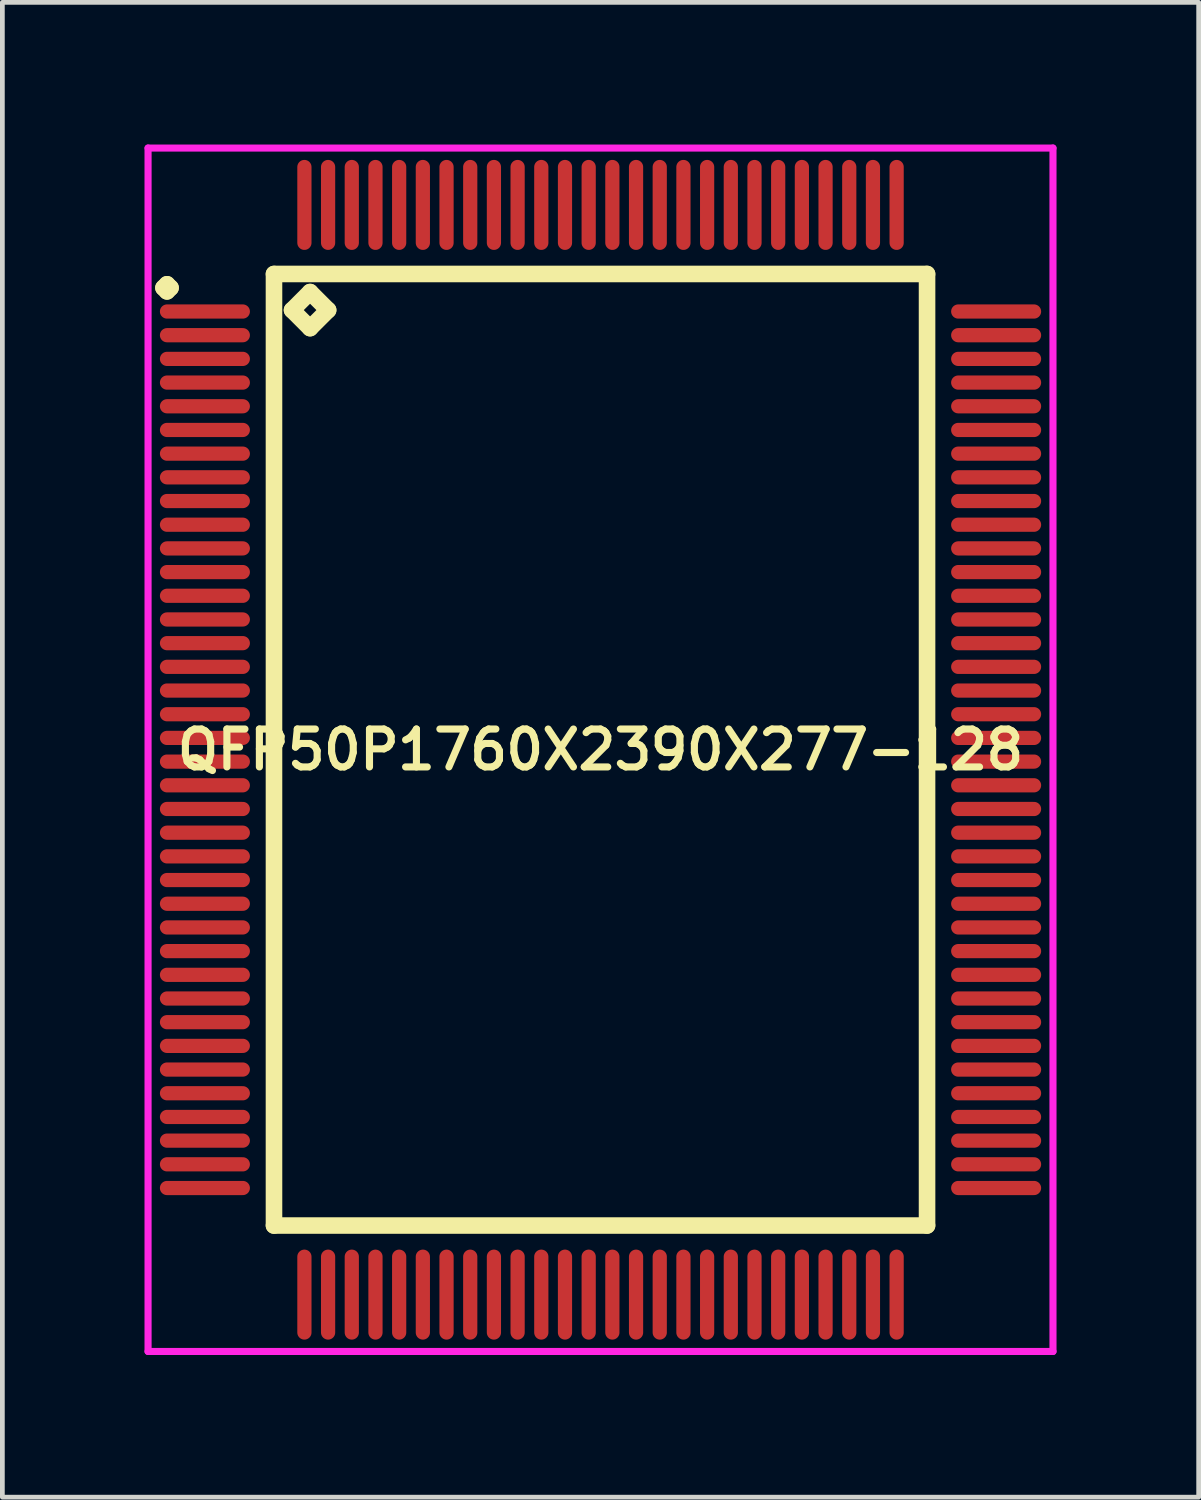
<source format=kicad_pcb>
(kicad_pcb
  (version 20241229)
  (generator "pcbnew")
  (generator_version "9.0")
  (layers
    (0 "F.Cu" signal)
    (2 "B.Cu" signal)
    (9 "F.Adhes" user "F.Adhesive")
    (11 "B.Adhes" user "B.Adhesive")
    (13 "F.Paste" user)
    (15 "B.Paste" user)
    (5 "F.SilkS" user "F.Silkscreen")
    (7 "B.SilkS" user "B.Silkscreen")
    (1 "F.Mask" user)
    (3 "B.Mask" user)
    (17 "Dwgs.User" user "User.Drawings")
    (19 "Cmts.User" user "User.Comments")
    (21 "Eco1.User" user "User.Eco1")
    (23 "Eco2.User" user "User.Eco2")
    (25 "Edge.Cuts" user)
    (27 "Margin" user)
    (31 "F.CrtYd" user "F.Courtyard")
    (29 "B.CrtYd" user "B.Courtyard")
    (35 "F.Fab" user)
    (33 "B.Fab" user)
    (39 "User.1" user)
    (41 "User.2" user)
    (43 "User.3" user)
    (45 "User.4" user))
  (footprint "QFP50P1760X2390X277-128"
    (layer "F.Cu")
    (at 9.625 12.775)
    (property "Reference" "QFP50P1760X2390X277-128" (at 0 0 0) (layer "F.SilkS") (effects (font (size 0.8 0.8) (thickness 0.15))))
    (attr through_hole)
    (fp_line (start -9.225 -9.75) (end -9.15 -9.825) (stroke (width 0.35) (type solid)) (layer "F.SilkS"))
    (fp_line (start -9.15 -9.825) (end -9.075 -9.75) (stroke (width 0.35) (type solid)) (layer "F.SilkS"))
    (fp_line (start -9.15 -9.675) (end -9.225 -9.75) (stroke (width 0.35) (type solid)) (layer "F.SilkS"))
    (fp_line (start -9.075 -9.75) (end -9.15 -9.675) (stroke (width 0.35) (type solid)) (layer "F.SilkS"))
    (fp_line (start -6.892 -10.042) (end -6.892 10.042) (stroke (width 0.35) (type solid)) (layer "F.SilkS"))
    (fp_line (start -6.892 10.042) (end 6.892 10.042) (stroke (width 0.35) (type solid)) (layer "F.SilkS"))
    (fp_line (start -6.511 -9.28) (end -6.13 -9.661) (stroke (width 0.35) (type solid)) (layer "F.SilkS"))
    (fp_line (start -6.13 -9.661) (end -5.749 -9.28) (stroke (width 0.35) (type solid)) (layer "F.SilkS"))
    (fp_line (start -6.13 -8.899) (end -6.511 -9.28) (stroke (width 0.35) (type solid)) (layer "F.SilkS"))
    (fp_line (start -5.749 -9.28) (end -6.13 -8.899) (stroke (width 0.35) (type solid)) (layer "F.SilkS"))
    (fp_line (start 6.892 -10.042) (end -6.892 -10.042) (stroke (width 0.35) (type solid)) (layer "F.SilkS"))
    (fp_line (start 6.892 10.042) (end 6.892 -10.042) (stroke (width 0.35) (type solid)) (layer "F.SilkS"))
    (fp_line (start -9.55 -12.7) (end 9.55 -12.7) (stroke (width 0.15) (type solid)) (layer "F.CrtYd"))
    (fp_line (start -9.55 12.7) (end -9.55 -12.7) (stroke (width 0.15) (type solid)) (layer "F.CrtYd"))
    (fp_line (start 9.55 -12.7) (end 9.55 12.7) (stroke (width 0.15) (type solid)) (layer "F.CrtYd"))
    (fp_line (start 9.55 12.7) (end -9.55 12.7) (stroke (width 0.15) (type solid)) (layer "F.CrtYd"))
    (pad "1" smd oval (at -8.35 -9.25) (size 1.9 0.3) (layers "F.Cu" "F.Mask" "F.Paste"))
    (pad "2" smd oval (at -8.35 -8.75) (size 1.9 0.3) (layers "F.Cu" "F.Mask" "F.Paste"))
    (pad "3" smd oval (at -8.35 -8.25) (size 1.9 0.3) (layers "F.Cu" "F.Mask" "F.Paste"))
    (pad "4" smd oval (at -8.35 -7.75) (size 1.9 0.3) (layers "F.Cu" "F.Mask" "F.Paste"))
    (pad "5" smd oval (at -8.35 -7.25) (size 1.9 0.3) (layers "F.Cu" "F.Mask" "F.Paste"))
    (pad "6" smd oval (at -8.35 -6.75) (size 1.9 0.3) (layers "F.Cu" "F.Mask" "F.Paste"))
    (pad "7" smd oval (at -8.35 -6.25) (size 1.9 0.3) (layers "F.Cu" "F.Mask" "F.Paste"))
    (pad "8" smd oval (at -8.35 -5.75) (size 1.9 0.3) (layers "F.Cu" "F.Mask" "F.Paste"))
    (pad "9" smd oval (at -8.35 -5.25) (size 1.9 0.3) (layers "F.Cu" "F.Mask" "F.Paste"))
    (pad "10" smd oval (at -8.35 -4.75) (size 1.9 0.3) (layers "F.Cu" "F.Mask" "F.Paste"))
    (pad "11" smd oval (at -8.35 -4.25) (size 1.9 0.3) (layers "F.Cu" "F.Mask" "F.Paste"))
    (pad "12" smd oval (at -8.35 -3.75) (size 1.9 0.3) (layers "F.Cu" "F.Mask" "F.Paste"))
    (pad "13" smd oval (at -8.35 -3.25) (size 1.9 0.3) (layers "F.Cu" "F.Mask" "F.Paste"))
    (pad "14" smd oval (at -8.35 -2.75) (size 1.9 0.3) (layers "F.Cu" "F.Mask" "F.Paste"))
    (pad "15" smd oval (at -8.35 -2.25) (size 1.9 0.3) (layers "F.Cu" "F.Mask" "F.Paste"))
    (pad "16" smd oval (at -8.35 -1.75) (size 1.9 0.3) (layers "F.Cu" "F.Mask" "F.Paste"))
    (pad "17" smd oval (at -8.35 -1.25) (size 1.9 0.3) (layers "F.Cu" "F.Mask" "F.Paste"))
    (pad "18" smd oval (at -8.35 -0.75) (size 1.9 0.3) (layers "F.Cu" "F.Mask" "F.Paste"))
    (pad "19" smd oval (at -8.35 -0.25) (size 1.9 0.3) (layers "F.Cu" "F.Mask" "F.Paste"))
    (pad "20" smd oval (at -8.35 0.25) (size 1.9 0.3) (layers "F.Cu" "F.Mask" "F.Paste"))
    (pad "21" smd oval (at -8.35 0.75) (size 1.9 0.3) (layers "F.Cu" "F.Mask" "F.Paste"))
    (pad "22" smd oval (at -8.35 1.25) (size 1.9 0.3) (layers "F.Cu" "F.Mask" "F.Paste"))
    (pad "23" smd oval (at -8.35 1.75) (size 1.9 0.3) (layers "F.Cu" "F.Mask" "F.Paste"))
    (pad "24" smd oval (at -8.35 2.25) (size 1.9 0.3) (layers "F.Cu" "F.Mask" "F.Paste"))
    (pad "25" smd oval (at -8.35 2.75) (size 1.9 0.3) (layers "F.Cu" "F.Mask" "F.Paste"))
    (pad "26" smd oval (at -8.35 3.25) (size 1.9 0.3) (layers "F.Cu" "F.Mask" "F.Paste"))
    (pad "27" smd oval (at -8.35 3.75) (size 1.9 0.3) (layers "F.Cu" "F.Mask" "F.Paste"))
    (pad "28" smd oval (at -8.35 4.25) (size 1.9 0.3) (layers "F.Cu" "F.Mask" "F.Paste"))
    (pad "29" smd oval (at -8.35 4.75) (size 1.9 0.3) (layers "F.Cu" "F.Mask" "F.Paste"))
    (pad "30" smd oval (at -8.35 5.25) (size 1.9 0.3) (layers "F.Cu" "F.Mask" "F.Paste"))
    (pad "31" smd oval (at -8.35 5.75) (size 1.9 0.3) (layers "F.Cu" "F.Mask" "F.Paste"))
    (pad "32" smd oval (at -8.35 6.25) (size 1.9 0.3) (layers "F.Cu" "F.Mask" "F.Paste"))
    (pad "33" smd oval (at -8.35 6.75) (size 1.9 0.3) (layers "F.Cu" "F.Mask" "F.Paste"))
    (pad "34" smd oval (at -8.35 7.25) (size 1.9 0.3) (layers "F.Cu" "F.Mask" "F.Paste"))
    (pad "35" smd oval (at -8.35 7.75) (size 1.9 0.3) (layers "F.Cu" "F.Mask" "F.Paste"))
    (pad "36" smd oval (at -8.35 8.25) (size 1.9 0.3) (layers "F.Cu" "F.Mask" "F.Paste"))
    (pad "37" smd oval (at -8.35 8.75) (size 1.9 0.3) (layers "F.Cu" "F.Mask" "F.Paste"))
    (pad "38" smd oval (at -8.35 9.25) (size 1.9 0.3) (layers "F.Cu" "F.Mask" "F.Paste"))
    (pad "39" smd oval (at -6.25 11.5) (size 0.3 1.9) (layers "F.Cu" "F.Mask" "F.Paste"))
    (pad "40" smd oval (at -5.75 11.5) (size 0.3 1.9) (layers "F.Cu" "F.Mask" "F.Paste"))
    (pad "41" smd oval (at -5.25 11.5) (size 0.3 1.9) (layers "F.Cu" "F.Mask" "F.Paste"))
    (pad "42" smd oval (at -4.75 11.5) (size 0.3 1.9) (layers "F.Cu" "F.Mask" "F.Paste"))
    (pad "43" smd oval (at -4.25 11.5) (size 0.3 1.9) (layers "F.Cu" "F.Mask" "F.Paste"))
    (pad "44" smd oval (at -3.75 11.5) (size 0.3 1.9) (layers "F.Cu" "F.Mask" "F.Paste"))
    (pad "45" smd oval (at -3.25 11.5) (size 0.3 1.9) (layers "F.Cu" "F.Mask" "F.Paste"))
    (pad "46" smd oval (at -2.75 11.5) (size 0.3 1.9) (layers "F.Cu" "F.Mask" "F.Paste"))
    (pad "47" smd oval (at -2.25 11.5) (size 0.3 1.9) (layers "F.Cu" "F.Mask" "F.Paste"))
    (pad "48" smd oval (at -1.75 11.5) (size 0.3 1.9) (layers "F.Cu" "F.Mask" "F.Paste"))
    (pad "49" smd oval (at -1.25 11.5) (size 0.3 1.9) (layers "F.Cu" "F.Mask" "F.Paste"))
    (pad "50" smd oval (at -0.75 11.5) (size 0.3 1.9) (layers "F.Cu" "F.Mask" "F.Paste"))
    (pad "51" smd oval (at -0.25 11.5) (size 0.3 1.9) (layers "F.Cu" "F.Mask" "F.Paste"))
    (pad "52" smd oval (at 0.25 11.5) (size 0.3 1.9) (layers "F.Cu" "F.Mask" "F.Paste"))
    (pad "53" smd oval (at 0.75 11.5) (size 0.3 1.9) (layers "F.Cu" "F.Mask" "F.Paste"))
    (pad "54" smd oval (at 1.25 11.5) (size 0.3 1.9) (layers "F.Cu" "F.Mask" "F.Paste"))
    (pad "55" smd oval (at 1.75 11.5) (size 0.3 1.9) (layers "F.Cu" "F.Mask" "F.Paste"))
    (pad "56" smd oval (at 2.25 11.5) (size 0.3 1.9) (layers "F.Cu" "F.Mask" "F.Paste"))
    (pad "57" smd oval (at 2.75 11.5) (size 0.3 1.9) (layers "F.Cu" "F.Mask" "F.Paste"))
    (pad "58" smd oval (at 3.25 11.5) (size 0.3 1.9) (layers "F.Cu" "F.Mask" "F.Paste"))
    (pad "59" smd oval (at 3.75 11.5) (size 0.3 1.9) (layers "F.Cu" "F.Mask" "F.Paste"))
    (pad "60" smd oval (at 4.25 11.5) (size 0.3 1.9) (layers "F.Cu" "F.Mask" "F.Paste"))
    (pad "61" smd oval (at 4.75 11.5) (size 0.3 1.9) (layers "F.Cu" "F.Mask" "F.Paste"))
    (pad "62" smd oval (at 5.25 11.5) (size 0.3 1.9) (layers "F.Cu" "F.Mask" "F.Paste"))
    (pad "63" smd oval (at 5.75 11.5) (size 0.3 1.9) (layers "F.Cu" "F.Mask" "F.Paste"))
    (pad "64" smd oval (at 6.25 11.5) (size 0.3 1.9) (layers "F.Cu" "F.Mask" "F.Paste"))
    (pad "65" smd oval (at 8.35 9.25) (size 1.9 0.3) (layers "F.Cu" "F.Mask" "F.Paste"))
    (pad "66" smd oval (at 8.35 8.75) (size 1.9 0.3) (layers "F.Cu" "F.Mask" "F.Paste"))
    (pad "67" smd oval (at 8.35 8.25) (size 1.9 0.3) (layers "F.Cu" "F.Mask" "F.Paste"))
    (pad "68" smd oval (at 8.35 7.75) (size 1.9 0.3) (layers "F.Cu" "F.Mask" "F.Paste"))
    (pad "69" smd oval (at 8.35 7.25) (size 1.9 0.3) (layers "F.Cu" "F.Mask" "F.Paste"))
    (pad "70" smd oval (at 8.35 6.75) (size 1.9 0.3) (layers "F.Cu" "F.Mask" "F.Paste"))
    (pad "71" smd oval (at 8.35 6.25) (size 1.9 0.3) (layers "F.Cu" "F.Mask" "F.Paste"))
    (pad "72" smd oval (at 8.35 5.75) (size 1.9 0.3) (layers "F.Cu" "F.Mask" "F.Paste"))
    (pad "73" smd oval (at 8.35 5.25) (size 1.9 0.3) (layers "F.Cu" "F.Mask" "F.Paste"))
    (pad "74" smd oval (at 8.35 4.75) (size 1.9 0.3) (layers "F.Cu" "F.Mask" "F.Paste"))
    (pad "75" smd oval (at 8.35 4.25) (size 1.9 0.3) (layers "F.Cu" "F.Mask" "F.Paste"))
    (pad "76" smd oval (at 8.35 3.75) (size 1.9 0.3) (layers "F.Cu" "F.Mask" "F.Paste"))
    (pad "77" smd oval (at 8.35 3.25) (size 1.9 0.3) (layers "F.Cu" "F.Mask" "F.Paste"))
    (pad "78" smd oval (at 8.35 2.75) (size 1.9 0.3) (layers "F.Cu" "F.Mask" "F.Paste"))
    (pad "79" smd oval (at 8.35 2.25) (size 1.9 0.3) (layers "F.Cu" "F.Mask" "F.Paste"))
    (pad "80" smd oval (at 8.35 1.75) (size 1.9 0.3) (layers "F.Cu" "F.Mask" "F.Paste"))
    (pad "81" smd oval (at 8.35 1.25) (size 1.9 0.3) (layers "F.Cu" "F.Mask" "F.Paste"))
    (pad "82" smd oval (at 8.35 0.75) (size 1.9 0.3) (layers "F.Cu" "F.Mask" "F.Paste"))
    (pad "83" smd oval (at 8.35 0.25) (size 1.9 0.3) (layers "F.Cu" "F.Mask" "F.Paste"))
    (pad "84" smd oval (at 8.35 -0.25) (size 1.9 0.3) (layers "F.Cu" "F.Mask" "F.Paste"))
    (pad "85" smd oval (at 8.35 -0.75) (size 1.9 0.3) (layers "F.Cu" "F.Mask" "F.Paste"))
    (pad "86" smd oval (at 8.35 -1.25) (size 1.9 0.3) (layers "F.Cu" "F.Mask" "F.Paste"))
    (pad "87" smd oval (at 8.35 -1.75) (size 1.9 0.3) (layers "F.Cu" "F.Mask" "F.Paste"))
    (pad "88" smd oval (at 8.35 -2.25) (size 1.9 0.3) (layers "F.Cu" "F.Mask" "F.Paste"))
    (pad "89" smd oval (at 8.35 -2.75) (size 1.9 0.3) (layers "F.Cu" "F.Mask" "F.Paste"))
    (pad "90" smd oval (at 8.35 -3.25) (size 1.9 0.3) (layers "F.Cu" "F.Mask" "F.Paste"))
    (pad "91" smd oval (at 8.35 -3.75) (size 1.9 0.3) (layers "F.Cu" "F.Mask" "F.Paste"))
    (pad "92" smd oval (at 8.35 -4.25) (size 1.9 0.3) (layers "F.Cu" "F.Mask" "F.Paste"))
    (pad "93" smd oval (at 8.35 -4.75) (size 1.9 0.3) (layers "F.Cu" "F.Mask" "F.Paste"))
    (pad "94" smd oval (at 8.35 -5.25) (size 1.9 0.3) (layers "F.Cu" "F.Mask" "F.Paste"))
    (pad "95" smd oval (at 8.35 -5.75) (size 1.9 0.3) (layers "F.Cu" "F.Mask" "F.Paste"))
    (pad "96" smd oval (at 8.35 -6.25) (size 1.9 0.3) (layers "F.Cu" "F.Mask" "F.Paste"))
    (pad "97" smd oval (at 8.35 -6.75) (size 1.9 0.3) (layers "F.Cu" "F.Mask" "F.Paste"))
    (pad "98" smd oval (at 8.35 -7.25) (size 1.9 0.3) (layers "F.Cu" "F.Mask" "F.Paste"))
    (pad "99" smd oval (at 8.35 -7.75) (size 1.9 0.3) (layers "F.Cu" "F.Mask" "F.Paste"))
    (pad "100" smd oval (at 8.35 -8.25) (size 1.9 0.3) (layers "F.Cu" "F.Mask" "F.Paste"))
    (pad "101" smd oval (at 8.35 -8.75) (size 1.9 0.3) (layers "F.Cu" "F.Mask" "F.Paste"))
    (pad "102" smd oval (at 8.35 -9.25) (size 1.9 0.3) (layers "F.Cu" "F.Mask" "F.Paste"))
    (pad "103" smd oval (at 6.25 -11.5) (size 0.3 1.9) (layers "F.Cu" "F.Mask" "F.Paste"))
    (pad "104" smd oval (at 5.75 -11.5) (size 0.3 1.9) (layers "F.Cu" "F.Mask" "F.Paste"))
    (pad "105" smd oval (at 5.25 -11.5) (size 0.3 1.9) (layers "F.Cu" "F.Mask" "F.Paste"))
    (pad "106" smd oval (at 4.75 -11.5) (size 0.3 1.9) (layers "F.Cu" "F.Mask" "F.Paste"))
    (pad "107" smd oval (at 4.25 -11.5) (size 0.3 1.9) (layers "F.Cu" "F.Mask" "F.Paste"))
    (pad "108" smd oval (at 3.75 -11.5) (size 0.3 1.9) (layers "F.Cu" "F.Mask" "F.Paste"))
    (pad "109" smd oval (at 3.25 -11.5) (size 0.3 1.9) (layers "F.Cu" "F.Mask" "F.Paste"))
    (pad "110" smd oval (at 2.75 -11.5) (size 0.3 1.9) (layers "F.Cu" "F.Mask" "F.Paste"))
    (pad "111" smd oval (at 2.25 -11.5) (size 0.3 1.9) (layers "F.Cu" "F.Mask" "F.Paste"))
    (pad "112" smd oval (at 1.75 -11.5) (size 0.3 1.9) (layers "F.Cu" "F.Mask" "F.Paste"))
    (pad "113" smd oval (at 1.25 -11.5) (size 0.3 1.9) (layers "F.Cu" "F.Mask" "F.Paste"))
    (pad "114" smd oval (at 0.75 -11.5) (size 0.3 1.9) (layers "F.Cu" "F.Mask" "F.Paste"))
    (pad "115" smd oval (at 0.25 -11.5) (size 0.3 1.9) (layers "F.Cu" "F.Mask" "F.Paste"))
    (pad "116" smd oval (at -0.25 -11.5) (size 0.3 1.9) (layers "F.Cu" "F.Mask" "F.Paste"))
    (pad "117" smd oval (at -0.75 -11.5) (size 0.3 1.9) (layers "F.Cu" "F.Mask" "F.Paste"))
    (pad "118" smd oval (at -1.25 -11.5) (size 0.3 1.9) (layers "F.Cu" "F.Mask" "F.Paste"))
    (pad "119" smd oval (at -1.75 -11.5) (size 0.3 1.9) (layers "F.Cu" "F.Mask" "F.Paste"))
    (pad "120" smd oval (at -2.25 -11.5) (size 0.3 1.9) (layers "F.Cu" "F.Mask" "F.Paste"))
    (pad "121" smd oval (at -2.75 -11.5) (size 0.3 1.9) (layers "F.Cu" "F.Mask" "F.Paste"))
    (pad "122" smd oval (at -3.25 -11.5) (size 0.3 1.9) (layers "F.Cu" "F.Mask" "F.Paste"))
    (pad "123" smd oval (at -3.75 -11.5) (size 0.3 1.9) (layers "F.Cu" "F.Mask" "F.Paste"))
    (pad "124" smd oval (at -4.25 -11.5) (size 0.3 1.9) (layers "F.Cu" "F.Mask" "F.Paste"))
    (pad "125" smd oval (at -4.75 -11.5) (size 0.3 1.9) (layers "F.Cu" "F.Mask" "F.Paste"))
    (pad "126" smd oval (at -5.25 -11.5) (size 0.3 1.9) (layers "F.Cu" "F.Mask" "F.Paste"))
    (pad "127" smd oval (at -5.75 -11.5) (size 0.3 1.9) (layers "F.Cu" "F.Mask" "F.Paste"))
    (pad "128" smd oval (at -6.25 -11.5) (size 0.3 1.9) (layers "F.Cu" "F.Mask" "F.Paste")))
  (gr_rect
    (start -3 -3)
    (end 22.25 28.55)
    (stroke (width 0.1) (type default))
    (fill no)
    (layer "Edge.Cuts")))
</source>
